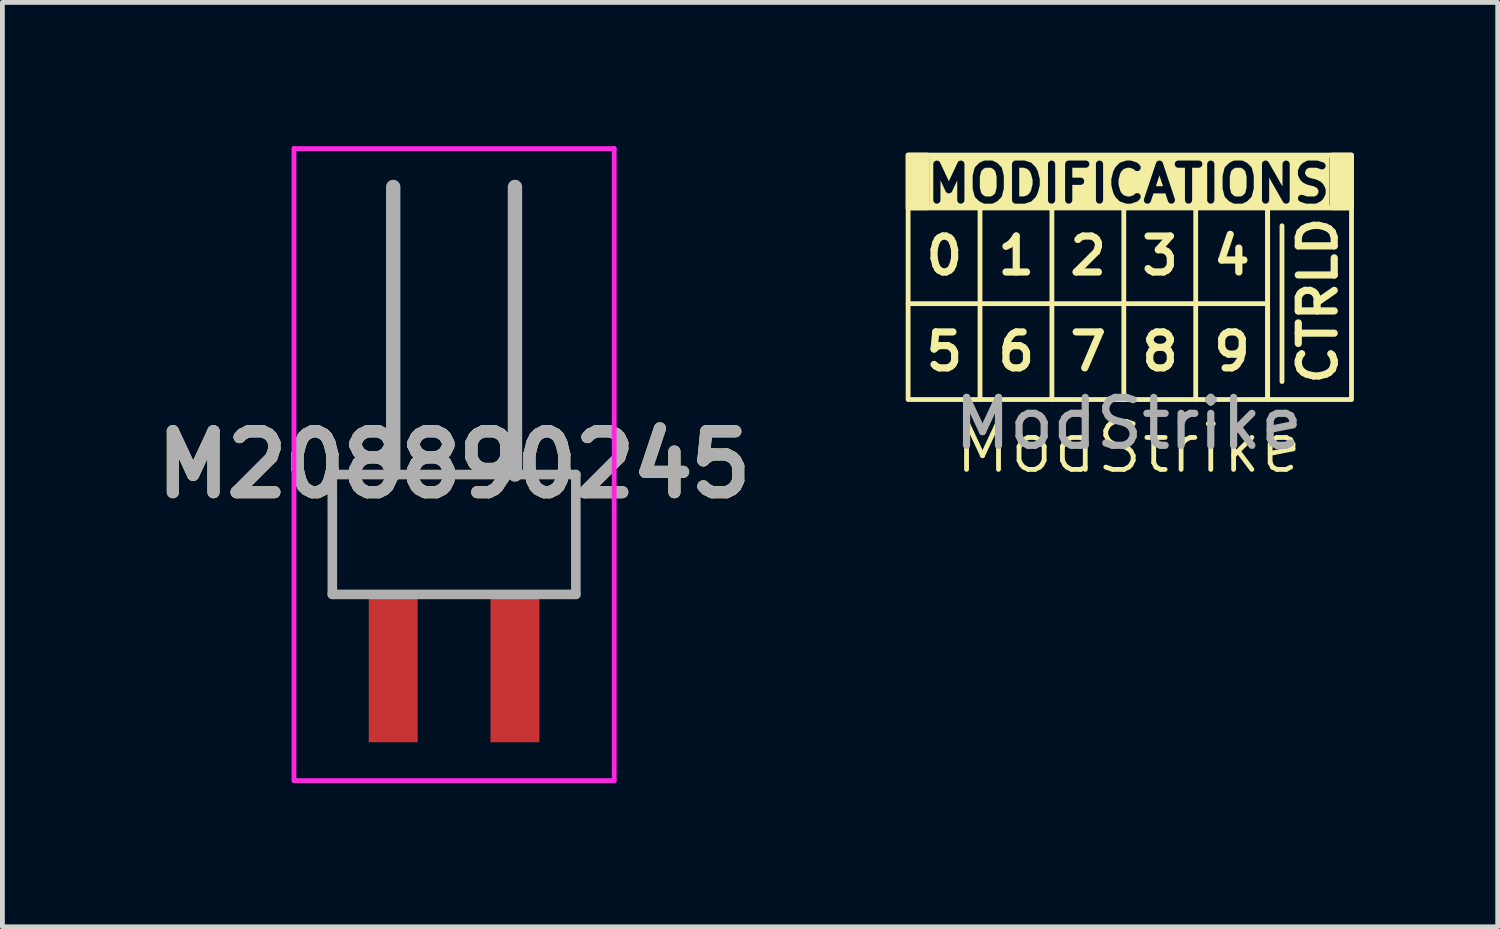
<source format=kicad_pcb>
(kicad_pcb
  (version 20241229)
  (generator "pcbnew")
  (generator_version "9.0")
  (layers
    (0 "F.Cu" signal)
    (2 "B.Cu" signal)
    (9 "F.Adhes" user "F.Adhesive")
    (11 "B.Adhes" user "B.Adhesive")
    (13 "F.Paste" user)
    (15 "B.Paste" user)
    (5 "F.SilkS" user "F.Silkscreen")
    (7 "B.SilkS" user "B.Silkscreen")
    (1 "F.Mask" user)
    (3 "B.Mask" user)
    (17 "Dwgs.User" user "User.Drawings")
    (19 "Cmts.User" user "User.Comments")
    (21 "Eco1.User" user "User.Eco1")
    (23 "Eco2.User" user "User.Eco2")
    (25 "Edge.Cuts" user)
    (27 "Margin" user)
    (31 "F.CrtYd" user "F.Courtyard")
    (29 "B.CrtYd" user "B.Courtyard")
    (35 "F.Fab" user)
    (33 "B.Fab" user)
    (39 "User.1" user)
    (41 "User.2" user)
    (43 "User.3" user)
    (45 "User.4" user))
  (footprint "M208890245"
    (layer "F.Cu")
    (at 6.423 5.85)
    (property "Reference" "M208890245" (at 0 0.793 0) (layer "F.SilkS") (effects (font (size 1.27 1.27) (thickness 0.254))))
    (attr smd)
    (fp_line (start -2.54 1) (end 2.54 1) (stroke (width 0.1) (type solid)) (layer "F.SilkS"))
    (fp_line (start -2.54 3.54) (end -2.54 1) (stroke (width 0.1) (type solid)) (layer "F.SilkS"))
    (fp_line (start 2.54 1) (end 2.54 3.54) (stroke (width 0.1) (type solid)) (layer "F.SilkS"))
    (fp_line (start -3.34 -5.8) (end 3.34 -5.8) (stroke (width 0.1) (type solid)) (layer "F.CrtYd"))
    (fp_line (start -3.34 7.385) (end -3.34 -5.8) (stroke (width 0.1) (type solid)) (layer "F.CrtYd"))
    (fp_line (start 3.34 -5.8) (end 3.34 7.385) (stroke (width 0.1) (type solid)) (layer "F.CrtYd"))
    (fp_line (start 3.34 7.385) (end -3.34 7.385) (stroke (width 0.1) (type solid)) (layer "F.CrtYd"))
    (fp_line (start -2.54 1) (end -2.54 3.5) (stroke (width 0.2) (type solid)) (layer "F.Fab"))
    (fp_line (start -2.54 3.5) (end 2.54 3.5) (stroke (width 0.2) (type solid)) (layer "F.Fab"))
    (fp_line (start -1.27 1) (end -1.27 -5) (stroke (width 0.3) (type solid)) (layer "F.Fab"))
    (fp_line (start 1.27 1) (end 1.27 -5) (stroke (width 0.3) (type solid)) (layer "F.Fab"))
    (fp_line (start 2.54 1) (end -2.54 1) (stroke (width 0.2) (type solid)) (layer "F.Fab"))
    (fp_line (start 2.54 3.5) (end 2.54 1) (stroke (width 0.2) (type solid)) (layer "F.Fab"))
    (fp_text user "${REFERENCE}" (at 0 0.793 0) (layer "F.Fab") (effects (font (size 1.27 1.27) (thickness 0.254))))
    (pad "1" smd rect (at -1.27 5) (size 1.02 3.17) (layers "F.Cu" "F.Mask" "F.Paste"))
    (pad "2" smd rect (at 1.27 5) (size 1.02 3.17) (layers "F.Cu" "F.Mask" "F.Paste")))
  (footprint "ModStrike"
    (layer "F.Cu")
    (at 20.495 3.285)
    (property "Reference" "ModStrike" (at 0 3 0) (unlocked yes) (layer "F.SilkS") (effects (font (size 1 1) (thickness 0.1))))
    (fp_line (start -4.6 0) (end 2.9 0) (stroke (width 0.1) (type default)) (layer "F.SilkS"))
    (fp_line (start -3.1 -2) (end -3.1 2) (stroke (width 0.1) (type default)) (layer "F.SilkS"))
    (fp_line (start -1.6 -2) (end -1.6 2) (stroke (width 0.1) (type default)) (layer "F.SilkS"))
    (fp_line (start -0.1 -2) (end -0.1 2) (stroke (width 0.1) (type default)) (layer "F.SilkS"))
    (fp_line (start 1.4 -2) (end 1.4 2) (stroke (width 0.1) (type default)) (layer "F.SilkS"))
    (fp_line (start 3.2 -1.625) (end 3.2 1.625) (stroke (width 0.1) (type default)) (layer "F.SilkS"))
    (fp_rect (start -4.6 -3.1) (end -4.2 -2) (stroke (width 0.1) (type solid)) (fill yes) (layer "F.SilkS"))
    (fp_rect (start -4.6 -3.1) (end 4.65 -2) (stroke (width 0.1) (type default)) (fill no) (layer "F.SilkS"))
    (fp_rect (start -4.6 -2) (end 2.9 2) (stroke (width 0.1) (type default)) (fill no) (layer "F.SilkS"))
    (fp_rect (start 2.9 -2) (end 4.65 2) (stroke (width 0.1) (type default)) (fill no) (layer "F.SilkS"))
    (fp_rect (start 4.25 -3.1) (end 4.65 -2) (stroke (width 0.1) (type solid)) (fill yes) (layer "F.SilkS"))
    (fp_text user "8" (at 0.2 1 0) (unlocked yes) (layer "F.SilkS") (effects (font (size 0.75 0.75) (thickness 0.15) (bold yes)) (justify left)))
    (fp_text user "9" (at 1.7 1 0) (unlocked yes) (layer "F.SilkS") (effects (font (size 0.75 0.75) (thickness 0.15) (bold yes)) (justify left)))
    (fp_text user "CTRLD" (at 3.95 1.75 90) (unlocked yes) (layer "F.SilkS") (effects (font (size 0.75 0.75) (thickness 0.15) (bold yes)) (justify left)))
    (fp_text user "5" (at -4.3 1 0) (unlocked yes) (layer "F.SilkS") (effects (font (size 0.75 0.75) (thickness 0.15) (bold yes)) (justify left)))
    (fp_text user "0" (at -4.3 -1 0) (unlocked yes) (layer "F.SilkS") (effects (font (size 0.75 0.75) (thickness 0.15) (bold yes)) (justify left)))
    (fp_text user "2" (at -1.3 -1 0) (unlocked yes) (layer "F.SilkS") (effects (font (size 0.75 0.75) (thickness 0.15) (bold yes)) (justify left)))
    (fp_text user "7" (at -1.3 1 0) (unlocked yes) (layer "F.SilkS") (effects (font (size 0.75 0.75) (thickness 0.15) (bold yes)) (justify left)))
    (fp_text user "MODIFICATIONS" (at 0 -2.5 0) (unlocked yes) (layer "F.SilkS" knockout) (effects (font (size 0.75 0.75) (thickness 0.15) (bold yes))))
    (fp_text user "1" (at -2.8 -1 0) (unlocked yes) (layer "F.SilkS") (effects (font (size 0.75 0.75) (thickness 0.15) (bold yes)) (justify left)))
    (fp_text user "6" (at -2.8 1 0) (unlocked yes) (layer "F.SilkS") (effects (font (size 0.75 0.75) (thickness 0.15) (bold yes)) (justify left)))
    (fp_text user "3" (at 0.2 -1 0) (unlocked yes) (layer "F.SilkS") (effects (font (size 0.75 0.75) (thickness 0.15) (bold yes)) (justify left)))
    (fp_text user "4" (at 1.7 -1 0) (unlocked yes) (layer "F.SilkS") (effects (font (size 0.75 0.75) (thickness 0.15) (bold yes)) (justify left)))
    (fp_text user "${REFERENCE}" (at 0 2.5 0) (unlocked yes) (layer "F.Fab") (effects (font (size 1 1) (thickness 0.15)))))
  (gr_rect
    (start -3 -3)
    (end 28.195 16.285)
    (stroke (width 0.1) (type default))
    (fill no)
    (layer "Edge.Cuts")))
</source>
